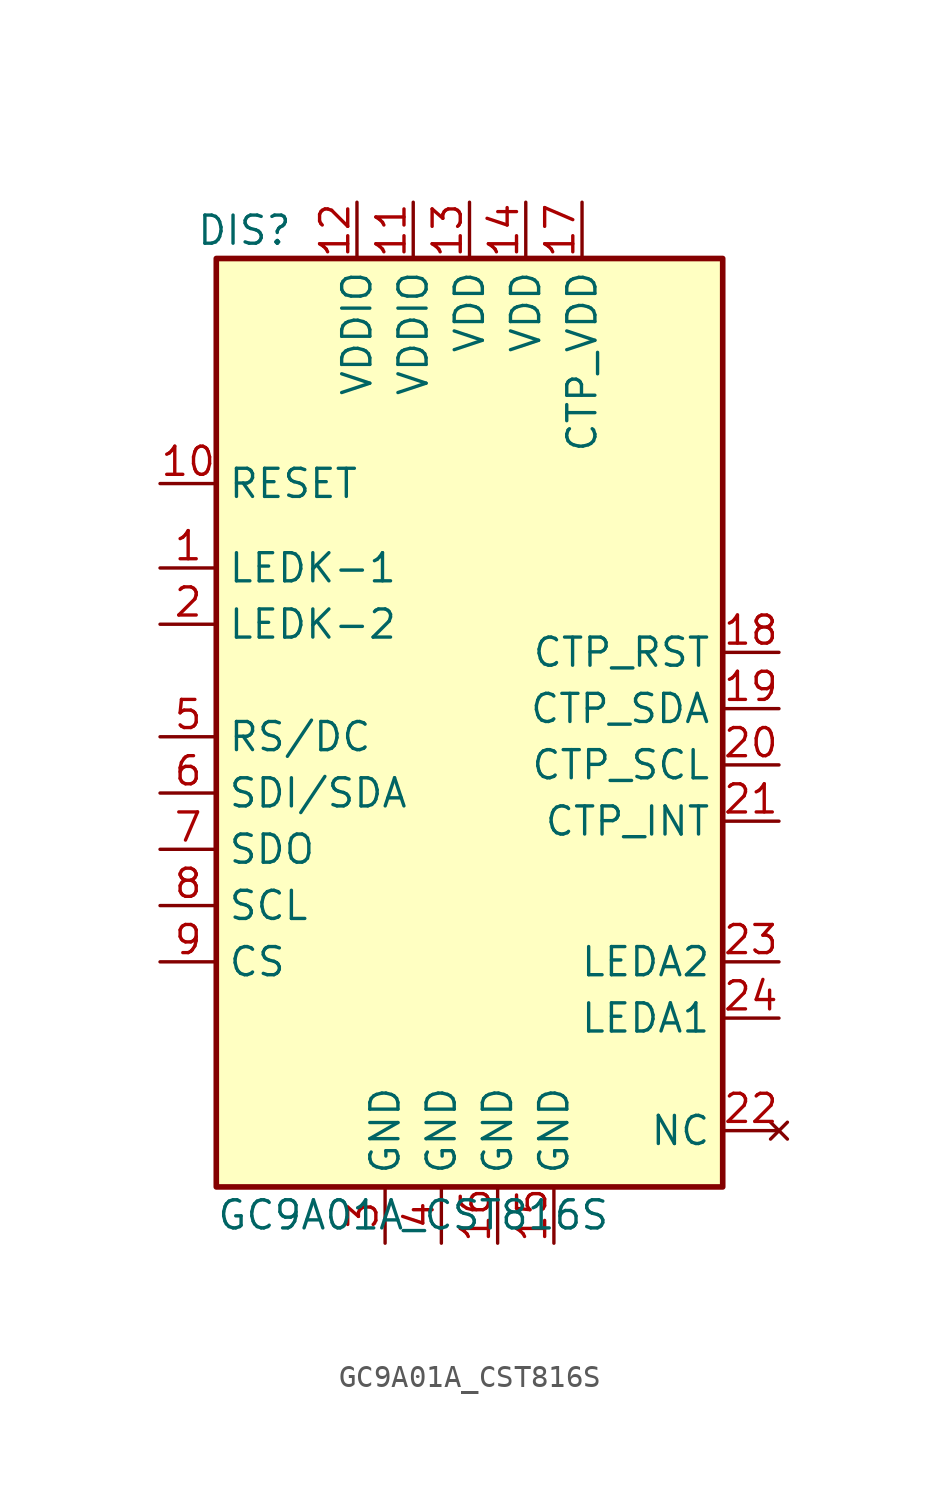
<source format=kicad_sym>
(kicad_symbol_lib
  (version 20220914)
  (generator kicad_symbol_editor)
  (symbol "GC9A01A_CST816S"
    (property "Reference" "DIS"
      (at -10.16 21.59 0)
      (effects (font (size 1.27 1.27))))
    (property "Value" "GC9A01A_CST816S"
      (at -2.54 -22.86 0)
      (effects (font (size 1.27 1.27))))
    (symbol "GC9A01A_CST816S_1_1"
      (rectangle (start -11.43 20.32) (end 11.43 -21.59) (stroke (width 0.254) (type default)) (fill (type background)))
      (pin input line (at -13.97 6.35 0) (length 2.54) (name "LEDK-1" (effects (font (size 1.27 1.27)))) (number "1" (effects (font (size 1.27 1.27)))))
      (pin input line (at -13.97 10.16 0) (length 2.54) (name "RESET" (effects (font (size 1.27 1.27)))) (number "10" (effects (font (size 1.27 1.27)))))
      (pin input line (at -2.54 22.86 270) (length 2.54) (name "VDDIO" (effects (font (size 1.27 1.27)))) (number "11" (effects (font (size 1.27 1.27)))))
      (pin input line (at -5.08 22.86 270) (length 2.54) (name "VDDIO" (effects (font (size 1.27 1.27)))) (number "12" (effects (font (size 1.27 1.27)))))
      (pin input line (at 0 22.86 270) (length 2.54) (name "VDD" (effects (font (size 1.27 1.27)))) (number "13" (effects (font (size 1.27 1.27)))))
      (pin input line (at 2.54 22.86 270) (length 2.54) (name "VDD" (effects (font (size 1.27 1.27)))) (number "14" (effects (font (size 1.27 1.27)))))
      (pin input line (at 3.81 -24.13 90) (length 2.54) (name "GND" (effects (font (size 1.27 1.27)))) (number "15" (effects (font (size 1.27 1.27)))))
      (pin input line (at 1.27 -24.13 90) (length 2.54) (name "GND" (effects (font (size 1.27 1.27)))) (number "16" (effects (font (size 1.27 1.27)))))
      (pin input line (at 5.08 22.86 270) (length 2.54) (name "CTP_VDD" (effects (font (size 1.27 1.27)))) (number "17" (effects (font (size 1.27 1.27)))))
      (pin input line (at 13.97 2.54 180) (length 2.54) (name "CTP_RST" (effects (font (size 1.27 1.27)))) (number "18" (effects (font (size 1.27 1.27)))))
      (pin input line (at 13.97 0 180) (length 2.54) (name "CTP_SDA" (effects (font (size 1.27 1.27)))) (number "19" (effects (font (size 1.27 1.27)))))
      (pin input line (at -13.97 3.81 0) (length 2.54) (name "LEDK-2" (effects (font (size 1.27 1.27)))) (number "2" (effects (font (size 1.27 1.27)))))
      (pin input line (at 13.97 -2.54 180) (length 2.54) (name "CTP_SCL" (effects (font (size 1.27 1.27)))) (number "20" (effects (font (size 1.27 1.27)))))
      (pin input line (at 13.97 -5.08 180) (length 2.54) (name "CTP_INT" (effects (font (size 1.27 1.27)))) (number "21" (effects (font (size 1.27 1.27)))))
      (pin no_connect line (at 13.97 -19.05 180) (length 2.54) (name "NC" (effects (font (size 1.27 1.27)))) (number "22" (effects (font (size 1.27 1.27)))))
      (pin input line (at 13.97 -11.43 180) (length 2.54) (name "LEDA2" (effects (font (size 1.27 1.27)))) (number "23" (effects (font (size 1.27 1.27)))))
      (pin input line (at 13.97 -13.97 180) (length 2.54) (name "LEDA1" (effects (font (size 1.27 1.27)))) (number "24" (effects (font (size 1.27 1.27)))))
      (pin input line (at -3.81 -24.13 90) (length 2.54) (name "GND" (effects (font (size 1.27 1.27)))) (number "3" (effects (font (size 1.27 1.27)))))
      (pin input line (at -1.27 -24.13 90) (length 2.54) (name "GND" (effects (font (size 1.27 1.27)))) (number "4" (effects (font (size 1.27 1.27)))))
      (pin input line (at -13.97 -1.27 0) (length 2.54) (name "RS/DC" (effects (font (size 1.27 1.27)))) (number "5" (effects (font (size 1.27 1.27)))))
      (pin input line (at -13.97 -3.81 0) (length 2.54) (name "SDI/SDA" (effects (font (size 1.27 1.27)))) (number "6" (effects (font (size 1.27 1.27)))))
      (pin input line (at -13.97 -6.35 0) (length 2.54) (name "SDO" (effects (font (size 1.27 1.27)))) (number "7" (effects (font (size 1.27 1.27)))))
      (pin input line (at -13.97 -8.89 0) (length 2.54) (name "SCL" (effects (font (size 1.27 1.27)))) (number "8" (effects (font (size 1.27 1.27)))))
      (pin input line (at -13.97 -11.43 0) (length 2.54) (name "CS" (effects (font (size 1.27 1.27)))) (number "9" (effects (font (size 1.27 1.27))))))))
</source>
